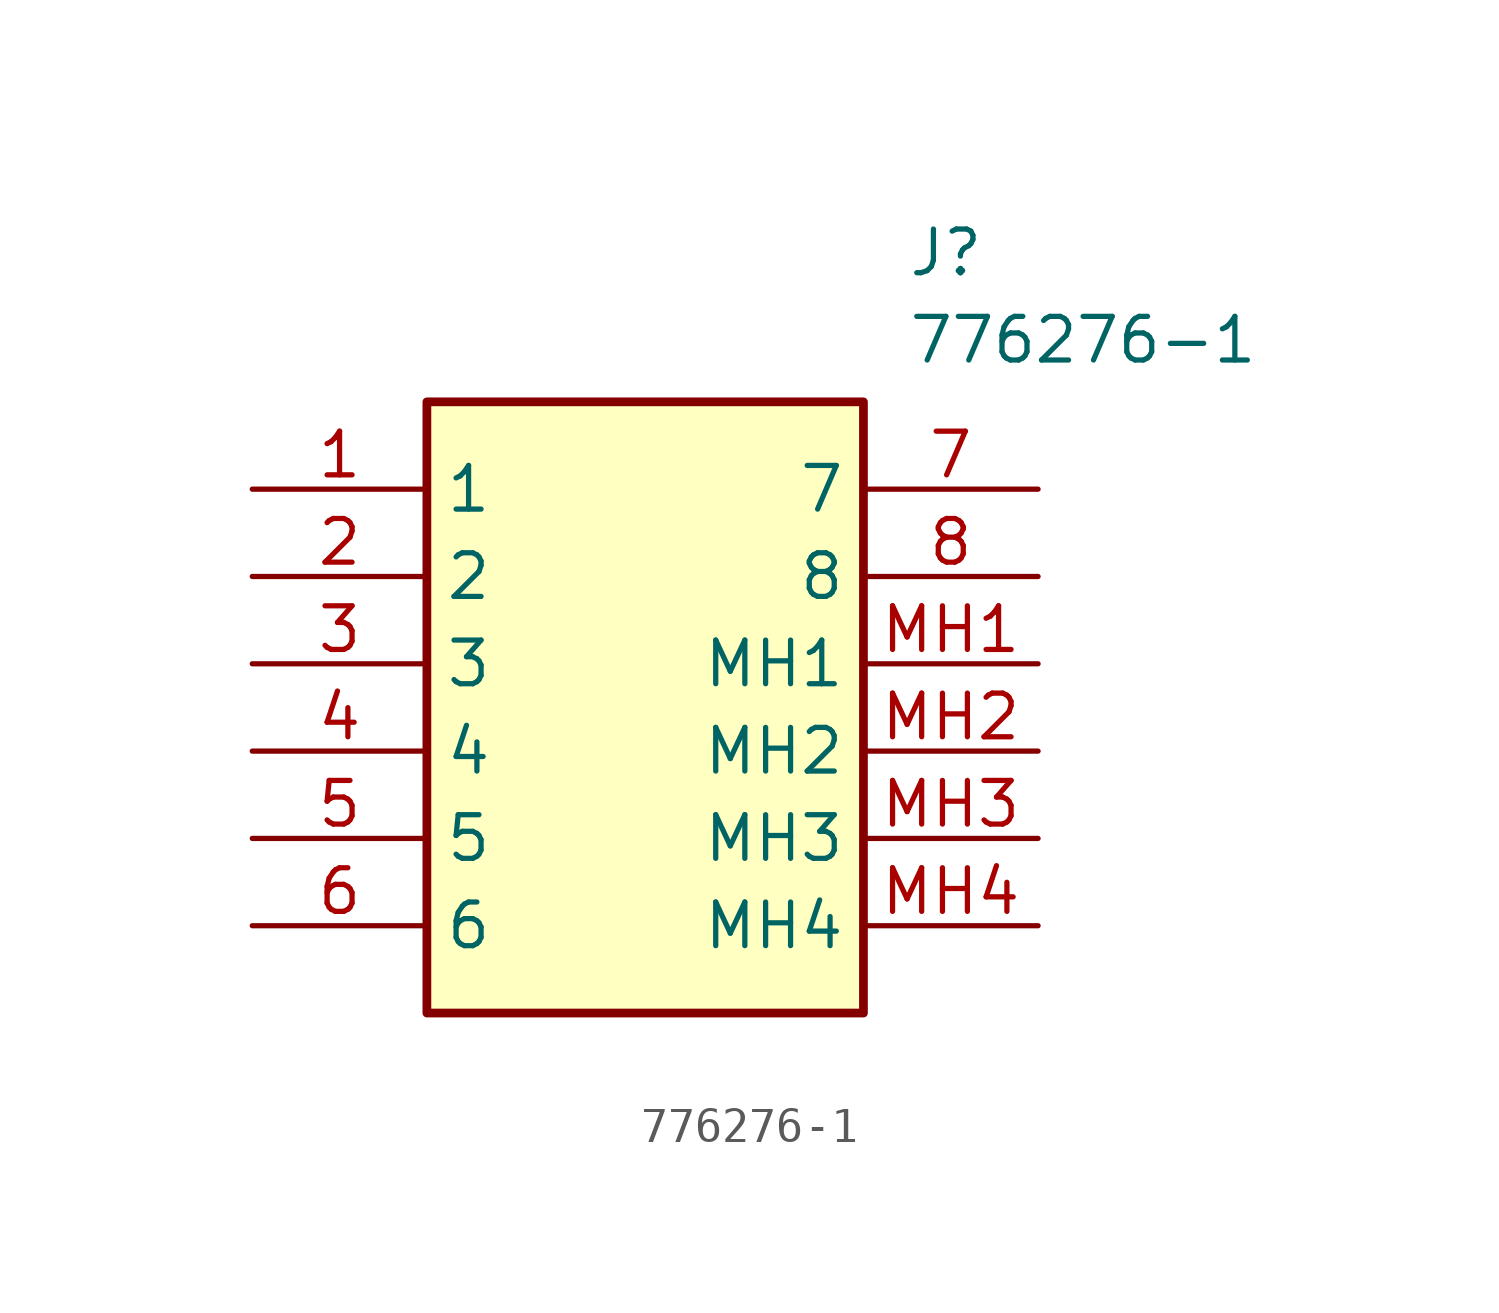
<source format=kicad_sym>
(kicad_symbol_lib
  (version 20211014)
  (generator SamacSys_ECAD_Model)
  (symbol "776276-1"
    (property "Reference" "J"
      (at 19.05 7.62 0)
      (effects (font (size 1.27 1.27)) (justify left top)))
    (property "Value" "776276-1"
      (at 19.05 5.08 0)
      (effects (font (size 1.27 1.27)) (justify left top)))
    (rectangle
      (start 5.08 2.54)
      (end 17.78 -15.24)
      (stroke (width 0.254) (type default))
      (fill (type background)))
    (pin passive line
      (at 0 0 0)
      (length 5.08)
      (name "1" (effects (font (size 1.27 1.27))))
      (number "1" (effects (font (size 1.27 1.27)))))
    (pin passive line
      (at 0 -2.54 0)
      (length 5.08)
      (name "2" (effects (font (size 1.27 1.27))))
      (number "2" (effects (font (size 1.27 1.27)))))
    (pin passive line
      (at 0 -5.08 0)
      (length 5.08)
      (name "3" (effects (font (size 1.27 1.27))))
      (number "3" (effects (font (size 1.27 1.27)))))
    (pin passive line
      (at 0 -7.62 0)
      (length 5.08)
      (name "4" (effects (font (size 1.27 1.27))))
      (number "4" (effects (font (size 1.27 1.27)))))
    (pin passive line
      (at 0 -10.16 0)
      (length 5.08)
      (name "5" (effects (font (size 1.27 1.27))))
      (number "5" (effects (font (size 1.27 1.27)))))
    (pin passive line
      (at 0 -12.7 0)
      (length 5.08)
      (name "6" (effects (font (size 1.27 1.27))))
      (number "6" (effects (font (size 1.27 1.27)))))
    (pin passive line
      (at 22.86 0 180)
      (length 5.08)
      (name "7" (effects (font (size 1.27 1.27))))
      (number "7" (effects (font (size 1.27 1.27)))))
    (pin passive line
      (at 22.86 -2.54 180)
      (length 5.08)
      (name "8" (effects (font (size 1.27 1.27))))
      (number "8" (effects (font (size 1.27 1.27)))))
    (pin passive line
      (at 22.86 -5.08 180)
      (length 5.08)
      (name "MH1" (effects (font (size 1.27 1.27))))
      (number "MH1" (effects (font (size 1.27 1.27)))))
    (pin passive line
      (at 22.86 -7.62 180)
      (length 5.08)
      (name "MH2" (effects (font (size 1.27 1.27))))
      (number "MH2" (effects (font (size 1.27 1.27)))))
    (pin passive line
      (at 22.86 -10.16 180)
      (length 5.08)
      (name "MH3" (effects (font (size 1.27 1.27))))
      (number "MH3" (effects (font (size 1.27 1.27)))))
    (pin passive line
      (at 22.86 -12.7 180)
      (length 5.08)
      (name "MH4" (effects (font (size 1.27 1.27))))
      (number "MH4" (effects (font (size 1.27 1.27)))))))
</source>
